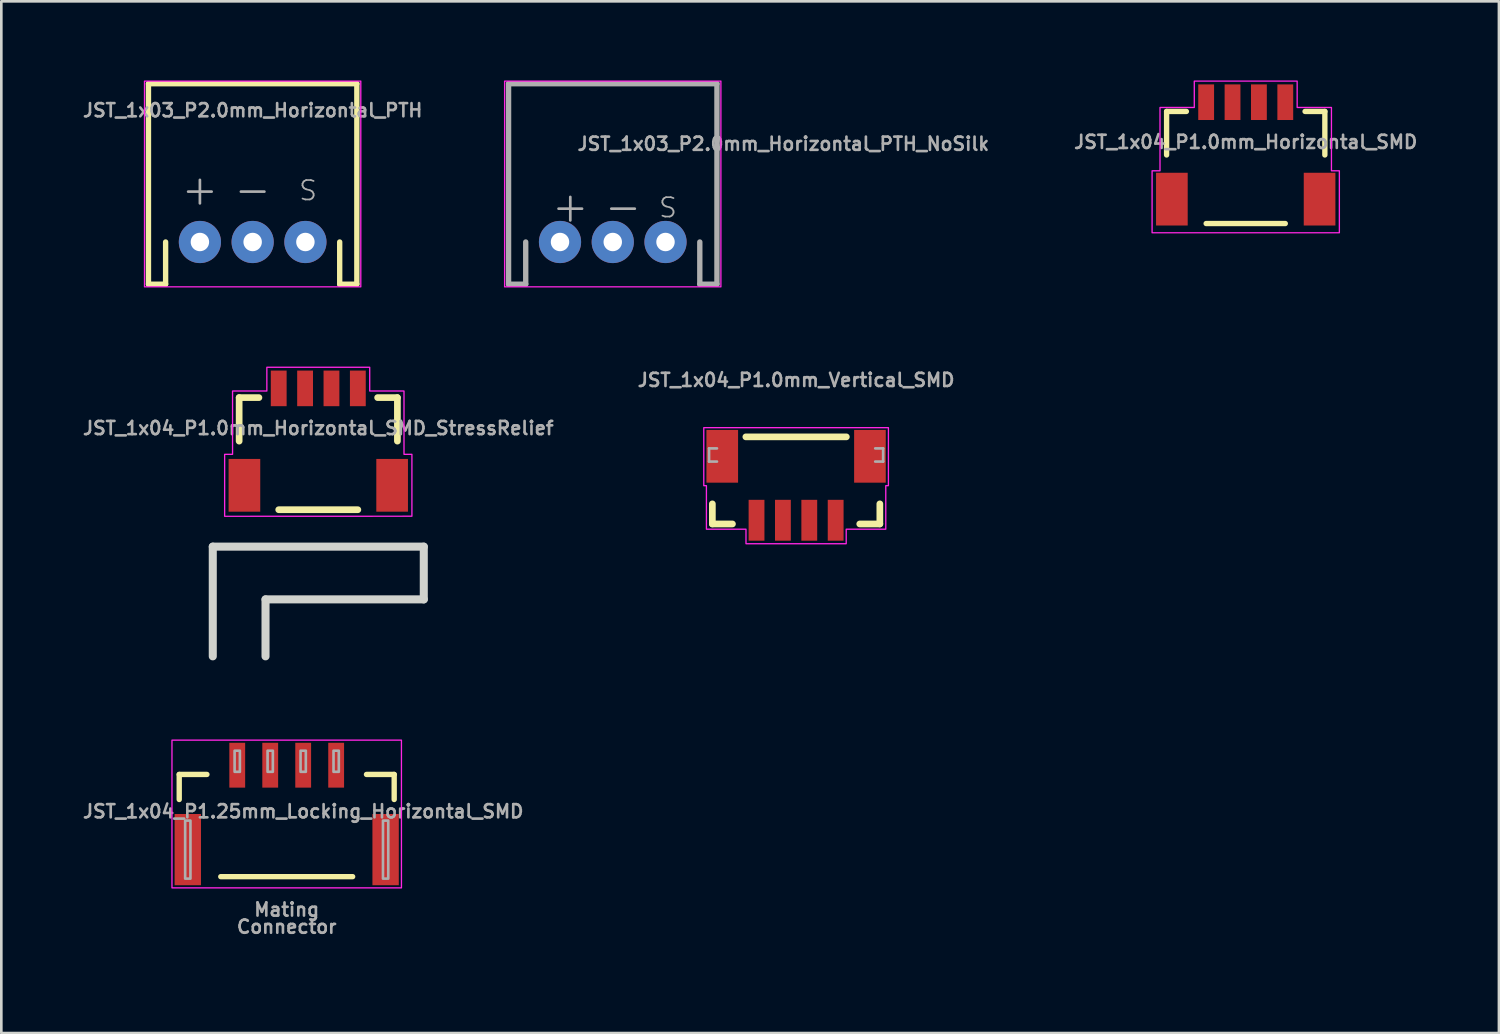
<source format=kicad_pcb>
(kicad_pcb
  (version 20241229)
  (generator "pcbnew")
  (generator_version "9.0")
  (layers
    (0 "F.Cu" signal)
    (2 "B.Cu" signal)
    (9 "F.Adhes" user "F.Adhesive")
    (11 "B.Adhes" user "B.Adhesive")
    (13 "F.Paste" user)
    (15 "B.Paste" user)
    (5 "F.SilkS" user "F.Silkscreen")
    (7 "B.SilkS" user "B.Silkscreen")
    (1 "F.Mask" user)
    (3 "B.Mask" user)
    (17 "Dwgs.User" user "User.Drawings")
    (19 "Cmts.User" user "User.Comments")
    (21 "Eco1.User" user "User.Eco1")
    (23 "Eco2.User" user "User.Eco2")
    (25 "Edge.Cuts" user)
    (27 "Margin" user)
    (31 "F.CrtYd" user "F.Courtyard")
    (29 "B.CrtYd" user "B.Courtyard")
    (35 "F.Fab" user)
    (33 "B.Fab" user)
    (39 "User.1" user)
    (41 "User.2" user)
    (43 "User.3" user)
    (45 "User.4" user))
  (footprint "JST_1x04_P1.0mm_Horizontal_SMD"
    (layer "F.Cu")
    (at 44.18 0.825)
    (property "Reference" "JST_1x04_P1.0mm_Horizontal_SMD" (at 0 1.8 0) (layer "F.Fab") (effects (font (size 0.5 0.5) (thickness 0.1)) (justify bottom)))
    (attr smd)
    (fp_line (start -3 0.35) (end -2.25 0.35) (stroke (width 0.203) (type solid)) (layer "F.SilkS"))
    (fp_line (start -3 2) (end -3 0.35) (stroke (width 0.203) (type solid)) (layer "F.SilkS"))
    (fp_line (start -1.5 4.6) (end 1.5 4.6) (stroke (width 0.203) (type solid)) (layer "F.SilkS"))
    (fp_line (start 2.25 0.35) (end 3 0.35) (stroke (width 0.203) (type solid)) (layer "F.SilkS"))
    (fp_line (start 3 0.35) (end 3 2) (stroke (width 0.203) (type solid)) (layer "F.SilkS"))
    (fp_poly (pts (xy -3.55 4.95) (xy -3.55 2.6) (xy -3.25 2.6) (xy -3.25 0.2) (xy -1.95 0.2) (xy -1.95 -0.8) (xy 1.95 -0.8) (xy 1.95 0.2) (xy 3.25 0.2) (xy 3.25 2.6) (xy 3.55 2.6) (xy 3.55 4.95)) (stroke (width 0.05) (type solid)) (fill no) (layer "F.CrtYd"))
    (pad "1" smd rect (at -1.5 0) (size 0.6 1.35) (layers "F.Cu" "F.Mask" "F.Paste"))
    (pad "2" smd rect (at -0.5 0) (size 0.6 1.35) (layers "F.Cu" "F.Mask" "F.Paste"))
    (pad "3" smd rect (at 0.5 0) (size 0.6 1.35) (layers "F.Cu" "F.Mask" "F.Paste"))
    (pad "4" smd rect (at 1.5 0) (size 0.6 1.35) (layers "F.Cu" "F.Mask" "F.Paste"))
    (pad "NC1" smd rect (at 2.8 3.675) (size 1.2 2) (layers "F.Cu" "F.Mask" "F.Paste"))
    (pad "NC2" smd rect (at -2.8 3.675) (size 1.2 2) (layers "F.Cu" "F.Mask" "F.Paste")))
  (footprint "JST_1x03_P2.0mm_Horizontal_PTH_NoSilk"
    (layer "F.Cu")
    (at 20.182 6.125)
    (property "Reference" "JST_1x03_P2.0mm_Horizontal_PTH_NoSilk" (at -1.397 -3.429 0) (layer "F.Fab") (effects (font (size 0.5 0.5) (thickness 0.1)) (justify left bottom)))
    (attr through_hole)
    (fp_rect (start 4.1 -6.1) (end -4.1 1.7) (stroke (width 0.05) (type default)) (fill no) (layer "F.CrtYd"))
    (fp_line (start -3.95 -6) (end 3.95 -6) (stroke (width 0.203) (type solid)) (layer "F.Fab"))
    (fp_line (start -3.95 1.6) (end -3.95 -6) (stroke (width 0.203) (type solid)) (layer "F.Fab"))
    (fp_line (start -3.95 1.6) (end -3.3 1.6) (stroke (width 0.203) (type solid)) (layer "F.Fab"))
    (fp_line (start -3.3 1.6) (end -3.3 0) (stroke (width 0.203) (type solid)) (layer "F.Fab"))
    (fp_line (start 3.3 1.6) (end 3.3 0) (stroke (width 0.203) (type solid)) (layer "F.Fab"))
    (fp_line (start 3.95 -6) (end 3.95 1.6) (stroke (width 0.203) (type solid)) (layer "F.Fab"))
    (fp_line (start 3.95 1.6) (end 3.3 1.6) (stroke (width 0.203) (type solid)) (layer "F.Fab"))
    (fp_text user "-" (at -0.4 -0.67 0) (layer "F.Fab") (effects (font (size 1.168 1.168) (thickness 0.102)) (justify left bottom)))
    (fp_text user "+" (at -2.4 -0.67 0) (layer "F.Fab") (effects (font (size 1.168 1.168) (thickness 0.102)) (justify left bottom)))
    (fp_text user "S" (at 1.7 -0.87 0) (layer "F.Fab") (effects (font (size 0.736 0.736) (thickness 0.064)) (justify left bottom)))
    (pad "1" thru_hole circle (at -2 0) (size 1.6 1.6) (drill 0.7) (layers "*.Cu" "*.Mask"))
    (pad "2" thru_hole circle (at 0 0) (size 1.6 1.6) (drill 0.7) (layers "*.Cu" "*.Mask"))
    (pad "3" thru_hole circle (at 2 0) (size 1.6 1.6) (drill 0.7) (layers "*.Cu" "*.Mask")))
  (footprint "JST_1x04_P1.25mm_Locking_Horizontal_SMD"
    (layer "F.Cu")
    (at 7.82 27.712)
    (property "Reference" "JST_1x04_P1.25mm_Locking_Horizontal_SMD" (at 0.625 0 0) (layer "F.Fab") (effects (font (size 0.5 0.5) (thickness 0.1))))
    (attr smd)
    (fp_line (start -4.075 -1.4) (end -3.025 -1.4) (stroke (width 0.203) (type solid)) (layer "F.SilkS"))
    (fp_line (start -4.075 -0.45) (end -4.075 -1.4) (stroke (width 0.203) (type solid)) (layer "F.SilkS"))
    (fp_line (start -2.5 2.475) (end 2.5 2.475) (stroke (width 0.203) (type solid)) (layer "F.SilkS"))
    (fp_line (start 3.025 -1.4) (end 4.075 -1.4) (stroke (width 0.203) (type solid)) (layer "F.SilkS"))
    (fp_line (start 4.075 -0.45) (end 4.075 -1.4) (stroke (width 0.203) (type solid)) (layer "F.SilkS"))
    (fp_rect (start 4.35 2.9) (end -4.35 -2.7) (stroke (width 0.05) (type default)) (fill no) (layer "F.CrtYd"))
    (fp_poly (pts (xy -3.85 2.55) (xy -3.65 2.55) (xy -3.65 0.35) (xy -3.85 0.35)) (stroke (width 0.1) (type default)) (fill no) (layer "F.Fab"))
    (fp_poly (pts (xy -1.975 -1.5) (xy -1.775 -1.5) (xy -1.775 -2.3) (xy -1.975 -2.3)) (stroke (width 0.1) (type default)) (fill no) (layer "F.Fab"))
    (fp_poly (pts (xy -0.725 -1.5) (xy -0.525 -1.5) (xy -0.525 -2.3) (xy -0.725 -2.3)) (stroke (width 0.1) (type default)) (fill no) (layer "F.Fab"))
    (fp_poly (pts (xy 0.525 -1.5) (xy 0.725 -1.5) (xy 0.725 -2.3) (xy 0.525 -2.3)) (stroke (width 0.1) (type default)) (fill no) (layer "F.Fab"))
    (fp_poly (pts (xy 1.775 -1.5) (xy 1.975 -1.5) (xy 1.975 -2.3) (xy 1.775 -2.3)) (stroke (width 0.1) (type default)) (fill no) (layer "F.Fab"))
    (fp_poly (pts (xy 3.65 2.55) (xy 3.85 2.55) (xy 3.85 0.35) (xy 3.65 0.35)) (stroke (width 0.1) (type default)) (fill no) (layer "F.Fab"))
    (fp_rect (start -4.125 -1.5) (end 4.125 2.55) (stroke (width 0.01) (type default)) (fill no) (layer "User.1"))
    (fp_rect (start -3.125 -0.3) (end 3.125 5.4) (stroke (width 0.01) (type default)) (fill no) (layer "User.1"))
    (fp_text user "Connector" (at 0 4.375 0) (unlocked yes) (layer "F.Fab") (effects (font (size 0.5 0.5) (thickness 0.1) (bold yes))))
    (fp_text user "Mating" (at 0 3.725 0) (unlocked yes) (layer "F.Fab") (effects (font (size 0.5 0.5) (thickness 0.1) (bold yes))))
    (pad "1" smd rect (at -1.875 -1.75) (size 0.6 1.7) (layers "F.Cu" "F.Mask" "F.Paste"))
    (pad "2" smd rect (at -0.625 -1.75) (size 0.6 1.7) (layers "F.Cu" "F.Mask" "F.Paste"))
    (pad "3" smd rect (at 0.625 -1.75) (size 0.6 1.7) (layers "F.Cu" "F.Mask" "F.Paste"))
    (pad "4" smd rect (at 1.875 -1.75) (size 0.6 1.7) (layers "F.Cu" "F.Mask" "F.Paste"))
    (pad "NC1" smd rect (at -3.75 1.45) (size 1 2.7) (layers "F.Cu" "F.Mask" "F.Paste"))
    (pad "NC2" smd rect (at 3.75 1.45) (size 1 2.7) (layers "F.Cu" "F.Mask" "F.Paste")))
  (footprint "JST_1x04_P1.0mm_Horizontal_SMD_StressRelief"
    (layer "F.Cu")
    (at 9.017 11.675)
    (property "Reference" "JST_1x04_P1.0mm_Horizontal_SMD_StressRelief" (at 0 1.8 0) (layer "F.Fab") (effects (font (size 0.5 0.5) (thickness 0.1)) (justify bottom)))
    (attr smd)
    (fp_line (start -3 0.35) (end -2.25 0.35) (stroke (width 0.254) (type solid)) (layer "F.SilkS"))
    (fp_line (start -3 2) (end -3 0.35) (stroke (width 0.254) (type solid)) (layer "F.SilkS"))
    (fp_line (start -1.5 4.6) (end 1.5 4.6) (stroke (width 0.254) (type solid)) (layer "F.SilkS"))
    (fp_line (start 2.25 0.35) (end 3 0.35) (stroke (width 0.254) (type solid)) (layer "F.SilkS"))
    (fp_line (start 3 0.35) (end 3 2) (stroke (width 0.254) (type solid)) (layer "F.SilkS"))
    (fp_line (start -4 6) (end -4 10.16) (stroke (width 0.305) (type solid)) (layer "Edge.Cuts"))
    (fp_line (start -2 8) (end 4 8) (stroke (width 0.305) (type solid)) (layer "Edge.Cuts"))
    (fp_line (start -2 10.16) (end -2 8) (stroke (width 0.305) (type solid)) (layer "Edge.Cuts"))
    (fp_line (start 4 6) (end -4 6) (stroke (width 0.305) (type solid)) (layer "Edge.Cuts"))
    (fp_line (start 4 8) (end 4 6) (stroke (width 0.305) (type solid)) (layer "Edge.Cuts"))
    (fp_poly (pts (xy -3.55 4.85) (xy -3.55 2.5) (xy -3.25 2.5) (xy -3.25 0.1) (xy -1.95 0.1) (xy -1.95 -0.8) (xy 1.95 -0.8) (xy 1.95 0.1) (xy 3.25 0.1) (xy 3.25 2.5) (xy 3.55 2.5) (xy 3.55 4.847)) (stroke (width 0.05) (type solid)) (fill no) (layer "F.CrtYd"))
    (pad "1" smd rect (at -1.5 0) (size 0.6 1.35) (layers "F.Cu" "F.Mask" "F.Paste"))
    (pad "2" smd rect (at -0.5 0) (size 0.6 1.35) (layers "F.Cu" "F.Mask" "F.Paste"))
    (pad "3" smd rect (at 0.5 0) (size 0.6 1.35) (layers "F.Cu" "F.Mask" "F.Paste"))
    (pad "4" smd rect (at 1.5 0) (size 0.6 1.35) (layers "F.Cu" "F.Mask" "F.Paste"))
    (pad "NC1" smd rect (at 2.8 3.675) (size 1.2 2) (layers "F.Cu" "F.Mask" "F.Paste"))
    (pad "NC2" smd rect (at -2.8 3.675) (size 1.2 2) (layers "F.Cu" "F.Mask" "F.Paste")))
  (footprint "JST_1x04_P1.0mm_Vertical_SMD"
    (layer "F.Cu")
    (at 27.133 15.164)
    (property "Reference" "JST_1x04_P1.0mm_Vertical_SMD" (at 0 -3.514 0) (layer "F.Fab") (effects (font (size 0.5 0.5) (thickness 0.1)) (justify bottom)))
    (attr smd)
    (fp_line (start -3.175 0.889) (end -3.175 1.651) (stroke (width 0.254) (type solid)) (layer "F.SilkS"))
    (fp_line (start -3.175 1.651) (end -2.413 1.651) (stroke (width 0.254) (type solid)) (layer "F.SilkS"))
    (fp_line (start 1.905 -1.651) (end -1.905 -1.651) (stroke (width 0.254) (type solid)) (layer "F.SilkS"))
    (fp_line (start 3.175 0.889) (end 3.175 1.651) (stroke (width 0.254) (type solid)) (layer "F.SilkS"))
    (fp_line (start 3.175 1.651) (end 2.413 1.651) (stroke (width 0.254) (type solid)) (layer "F.SilkS"))
    (fp_poly (pts (xy -3.5 -2) (xy 3.5 -2) (xy 3.5 0.2) (xy 3.4 0.2) (xy 3.4 1.85) (xy 1.9 1.85) (xy 1.9 2.4) (xy -1.9 2.4) (xy -1.9 1.85) (xy -3.4 1.85) (xy -3.4 0.2) (xy -3.5 0.2)) (stroke (width 0.05) (type solid)) (fill no) (layer "F.CrtYd"))
    (fp_line (start -3.3 -1.214) (end -3.3 -0.714) (stroke (width 0.1) (type solid)) (layer "F.Fab"))
    (fp_line (start -3.3 -0.714) (end -3 -0.714) (stroke (width 0.1) (type solid)) (layer "F.Fab"))
    (fp_line (start -3 -1.214) (end -3.3 -1.214) (stroke (width 0.1) (type solid)) (layer "F.Fab"))
    (fp_line (start 3 -0.714) (end 3.3 -0.714) (stroke (width 0.1) (type solid)) (layer "F.Fab"))
    (fp_line (start 3.3 -1.214) (end 3 -1.214) (stroke (width 0.1) (type solid)) (layer "F.Fab"))
    (fp_line (start 3.3 -0.714) (end 3.3 -1.214) (stroke (width 0.1) (type solid)) (layer "F.Fab"))
    (pad "1" smd rect (at -1.5 1.511) (size 0.6 1.55) (layers "F.Cu" "F.Mask" "F.Paste"))
    (pad "2" smd rect (at -0.5 1.511) (size 0.6 1.55) (layers "F.Cu" "F.Mask" "F.Paste"))
    (pad "3" smd rect (at 0.5 1.511) (size 0.6 1.55) (layers "F.Cu" "F.Mask" "F.Paste"))
    (pad "4" smd rect (at 1.5 1.511) (size 0.6 1.55) (layers "F.Cu" "F.Mask" "F.Paste"))
    (pad "NC1" smd rect (at -2.8 -0.914) (size 1.2 2) (layers "F.Cu" "F.Mask" "F.Paste"))
    (pad "NC2" smd rect (at 2.8 -0.914) (size 1.2 2) (layers "F.Cu" "F.Mask" "F.Paste")))
  (footprint "JST_1x03_P2.0mm_Horizontal_PTH"
    (layer "F.Cu")
    (at 6.529 6.125)
    (property "Reference" "JST_1x03_P2.0mm_Horizontal_PTH" (at 0 -4.7 0) (layer "F.Fab") (effects (font (size 0.5 0.5) (thickness 0.1)) (justify bottom)))
    (attr through_hole)
    (fp_line (start -3.95 -6) (end 3.95 -6) (stroke (width 0.203) (type solid)) (layer "F.SilkS"))
    (fp_line (start -3.95 1.6) (end -3.95 -6) (stroke (width 0.203) (type solid)) (layer "F.SilkS"))
    (fp_line (start -3.95 1.6) (end -3.3 1.6) (stroke (width 0.203) (type solid)) (layer "F.SilkS"))
    (fp_line (start -3.3 1.6) (end -3.3 0) (stroke (width 0.203) (type solid)) (layer "F.SilkS"))
    (fp_line (start 3.3 1.6) (end 3.3 0) (stroke (width 0.203) (type solid)) (layer "F.SilkS"))
    (fp_line (start 3.95 -6) (end 3.95 1.6) (stroke (width 0.203) (type solid)) (layer "F.SilkS"))
    (fp_line (start 3.95 1.6) (end 3.3 1.6) (stroke (width 0.203) (type solid)) (layer "F.SilkS"))
    (fp_rect (start 4.1 -6.1) (end -4.1 1.7) (stroke (width 0.05) (type default)) (fill no) (layer "F.CrtYd"))
    (fp_text user "S" (at 2.1 -1.95 0) (layer "F.Fab") (effects (font (size 0.736 0.736) (thickness 0.064))))
    (fp_text user "-" (at 0 -2 0) (layer "F.Fab") (effects (font (size 1.168 1.168) (thickness 0.102))))
    (fp_text user "+" (at -2 -2 0) (layer "F.Fab") (effects (font (size 1.168 1.168) (thickness 0.102))))
    (pad "1" thru_hole circle (at -2 0) (size 1.6 1.6) (drill 0.7) (layers "*.Cu" "*.Mask"))
    (pad "2" thru_hole circle (at 0 0) (size 1.6 1.6) (drill 0.7) (layers "*.Cu" "*.Mask"))
    (pad "3" thru_hole circle (at 2 0) (size 1.6 1.6) (drill 0.7) (layers "*.Cu" "*.Mask")))
  (gr_rect
    (start -3 -3)
    (end 53.78 36.117)
    (stroke (width 0.1) (type default))
    (fill no)
    (layer "Edge.Cuts")))
</source>
